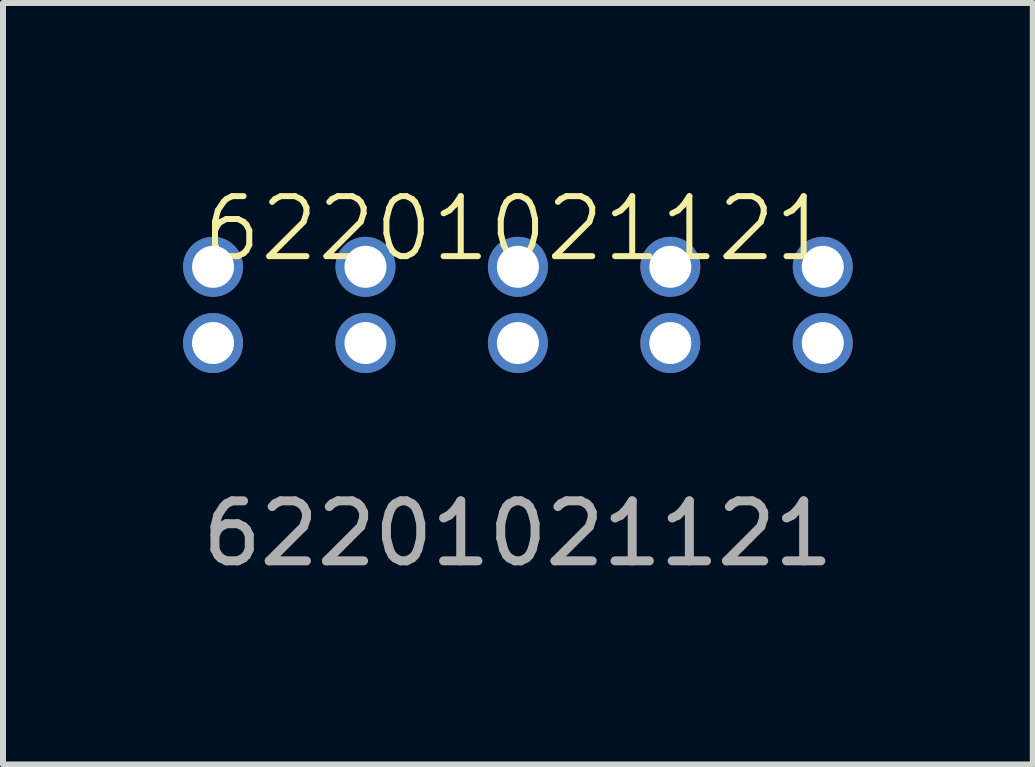
<source format=kicad_pcb>
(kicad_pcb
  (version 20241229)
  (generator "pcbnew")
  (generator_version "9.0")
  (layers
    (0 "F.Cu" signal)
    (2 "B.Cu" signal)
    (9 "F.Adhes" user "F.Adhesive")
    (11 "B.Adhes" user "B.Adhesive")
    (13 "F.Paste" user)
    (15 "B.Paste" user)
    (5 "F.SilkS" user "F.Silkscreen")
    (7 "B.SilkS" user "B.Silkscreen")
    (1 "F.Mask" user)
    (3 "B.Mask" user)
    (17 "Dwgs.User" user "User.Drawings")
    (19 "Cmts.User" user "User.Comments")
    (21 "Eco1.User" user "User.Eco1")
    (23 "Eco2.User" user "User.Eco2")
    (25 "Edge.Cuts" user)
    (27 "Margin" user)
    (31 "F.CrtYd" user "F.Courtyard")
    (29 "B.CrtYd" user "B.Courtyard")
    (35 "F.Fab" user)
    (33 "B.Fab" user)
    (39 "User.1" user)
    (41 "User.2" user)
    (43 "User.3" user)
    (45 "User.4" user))
  (footprint "62201021121"
    (layer "F.Cu")
    (at 5.58 2.666)
    (property "Reference" "62201021121" (at 0 -1.905 0) (unlocked yes) (layer "F.SilkS") (effects (font (size 1 1) (thickness 0.1))))
    (attr through_hole)
    (fp_text user "${REFERENCE}" (at 0 3.175 0) (unlocked yes) (layer "F.Fab") (effects (font (size 1 1) (thickness 0.15))))
    (pad "1" thru_hole circle (at -5.08 0) (size 1 1) (drill 0.7) (layers "*.Cu" "*.Mask"))
    (pad "2" thru_hole circle (at -5.08 -1.27) (size 1 1) (drill 0.7) (layers "*.Cu" "*.Mask"))
    (pad "3" thru_hole circle (at -2.54 0) (size 1 1) (drill 0.7) (layers "*.Cu" "*.Mask"))
    (pad "4" thru_hole circle (at -2.54 -1.27) (size 1 1) (drill 0.7) (layers "*.Cu" "*.Mask"))
    (pad "5" thru_hole circle (at 0 0) (size 1 1) (drill 0.7) (layers "*.Cu" "*.Mask"))
    (pad "6" thru_hole circle (at 0 -1.27) (size 1 1) (drill 0.7) (layers "*.Cu" "*.Mask"))
    (pad "6" thru_hole circle (at 5.08 0) (size 1 1) (drill 0.7) (layers "*.Cu" "*.Mask"))
    (pad "7" thru_hole circle (at 2.54 0) (size 1 1) (drill 0.7) (layers "*.Cu" "*.Mask"))
    (pad "8" thru_hole circle (at 2.54 -1.27) (size 1 1) (drill 0.7) (layers "*.Cu" "*.Mask"))
    (pad "10" thru_hole circle (at 5.08 -1.27) (size 1 1) (drill 0.7) (layers "*.Cu" "*.Mask")))
  (gr_rect
    (start -3 -3)
    (end 14.16 9.689)
    (stroke (width 0.1) (type default))
    (fill no)
    (layer "Edge.Cuts")))
</source>
